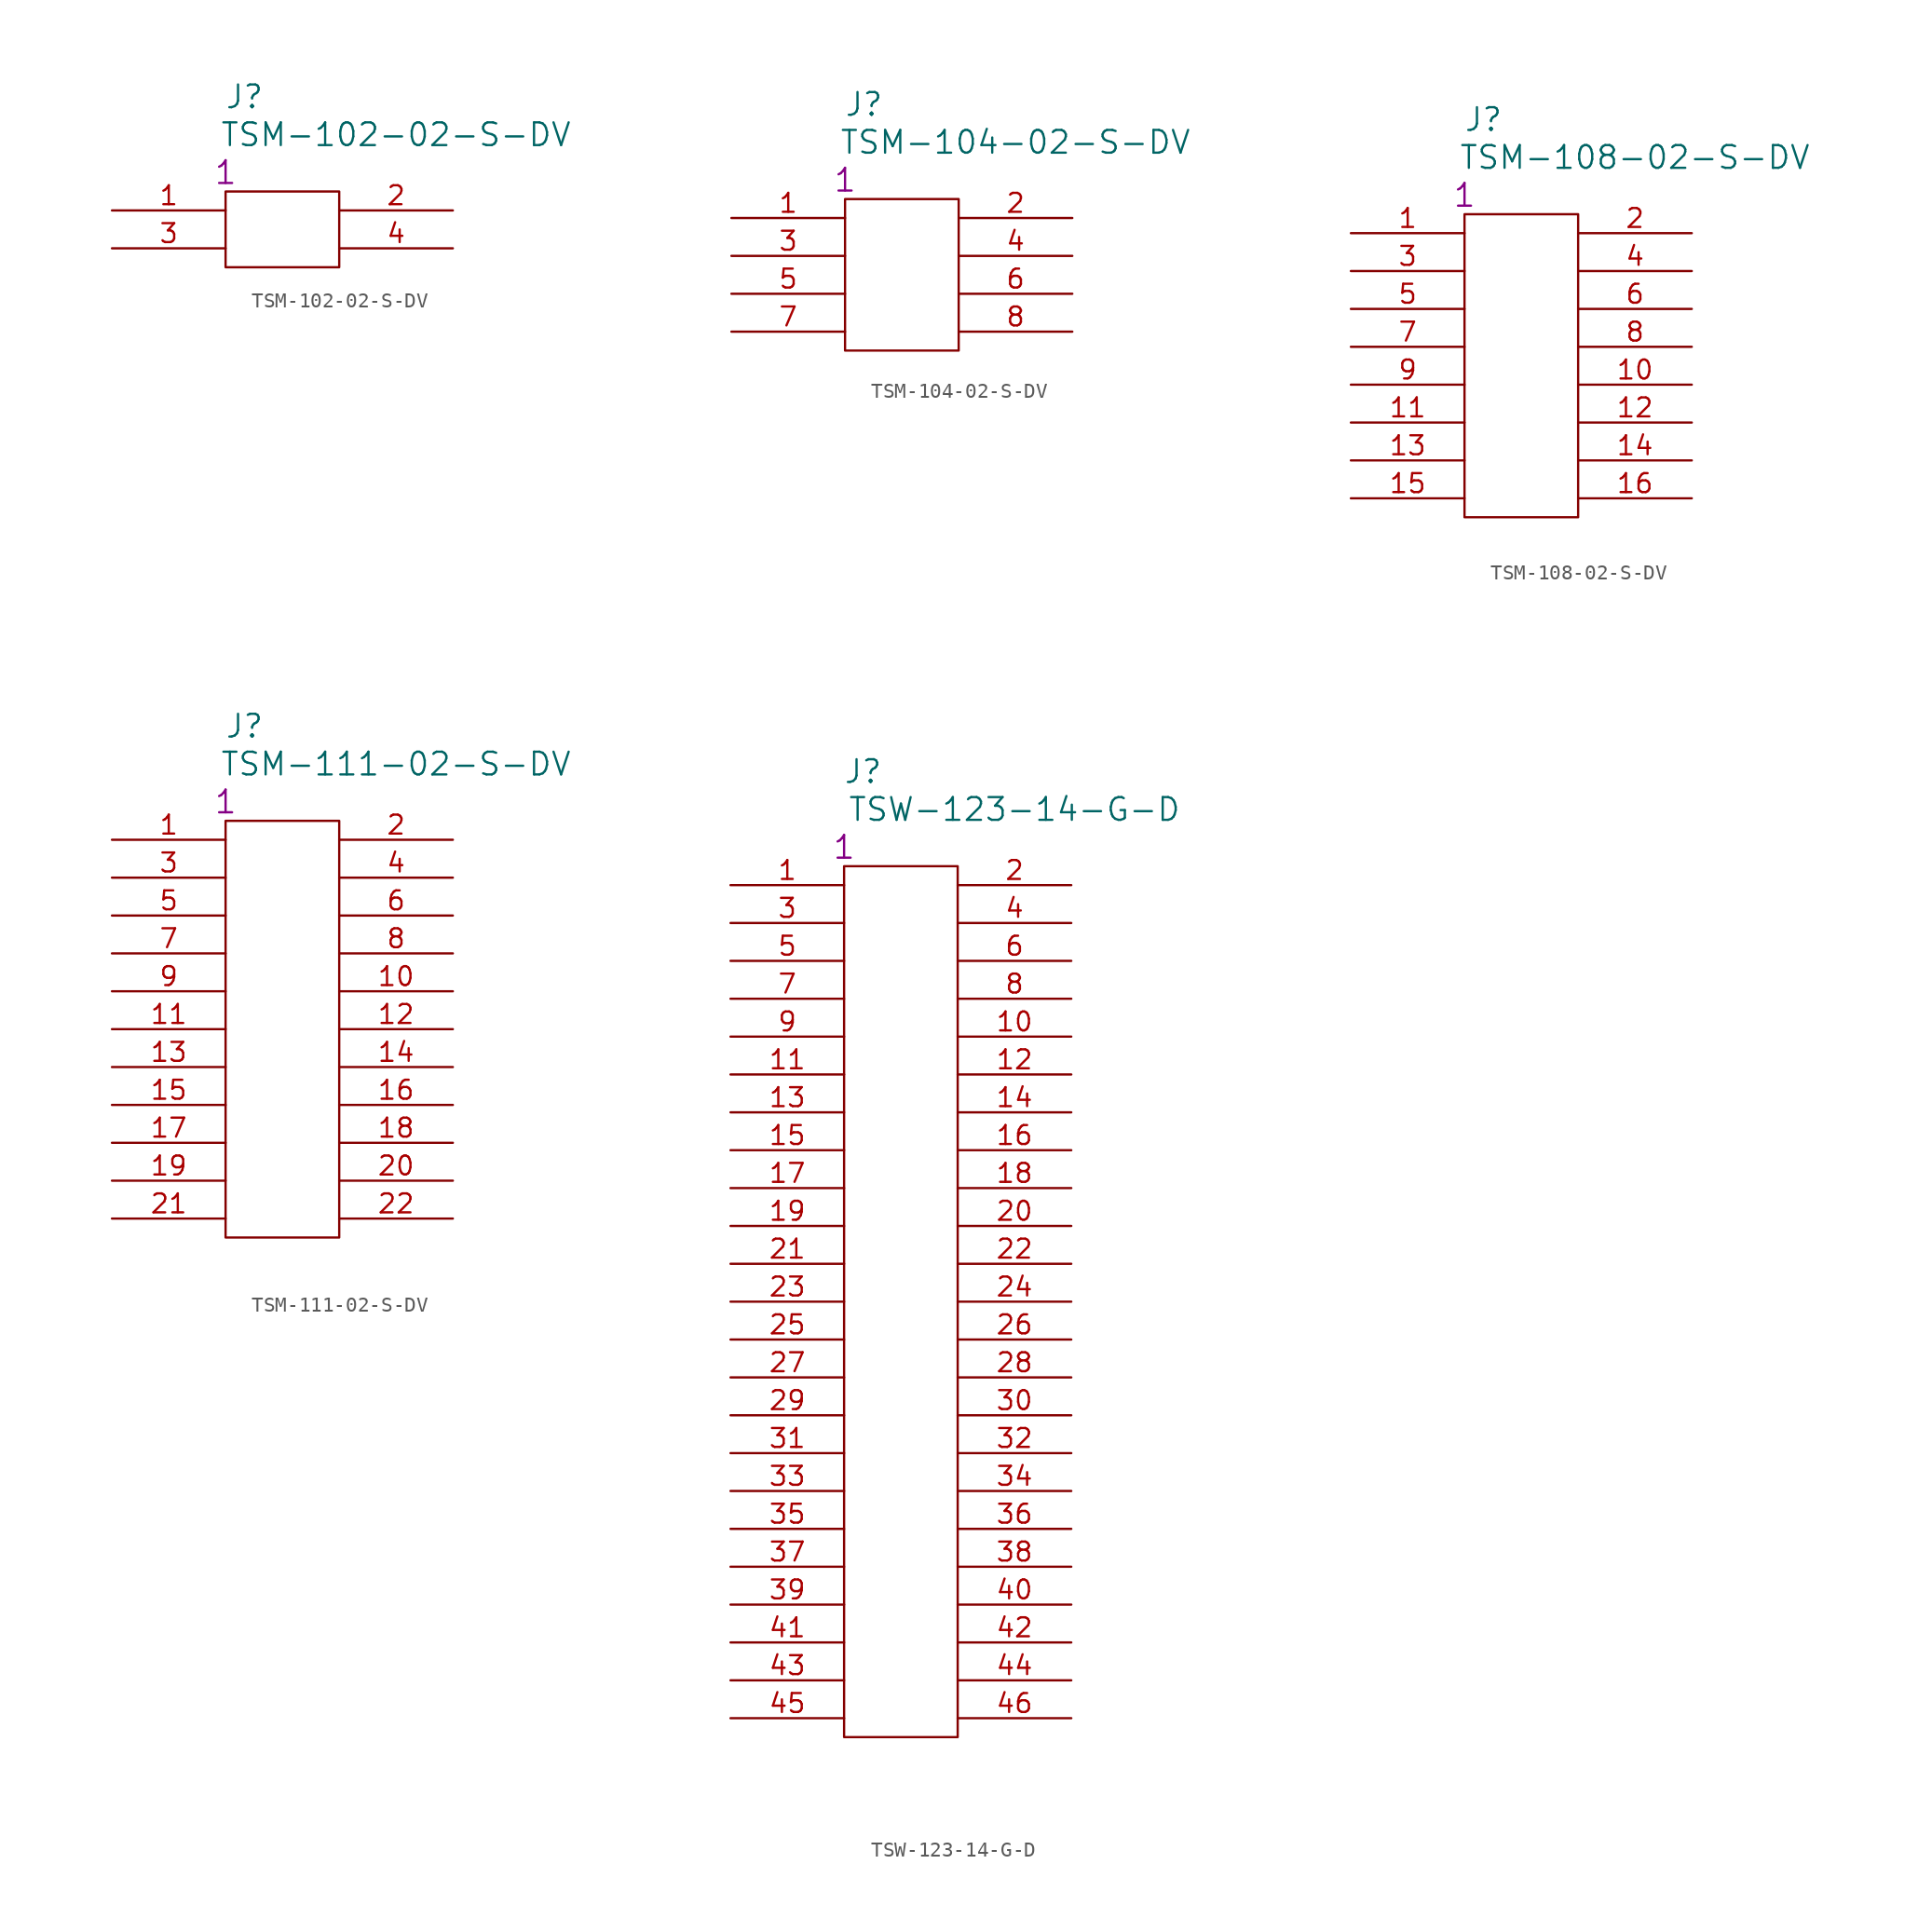
<source format=kicad_sym>
(kicad_symbol_lib
  (version 20201005)
  (generator kicad_symbol_editor)
  (symbol "TSM-102-02-S-DV"
    (pin_names
      (offset 1.016) hide)
    (property "Reference" "J"
      (at 8.89 7.62 0)
      (effects (font (size 1.524 1.524))))
    (property "Value" "TSM-102-02-S-DV"
      (at 19.05 5.08 0)
      (effects (font (size 1.524 1.524))))
    (property "Datasheet" ""
      (at 0 0 0)
      (effects (font (size 1.524 1.524))))
    (property "Qty" "1"
      (at 7.62 2.54 0)
      (effects (font (size 1.524 1.524))))
    (symbol "TSM-102-02-S-DV_0_1"
      (rectangle (start 7.62 1.27) (end 15.24 -3.81) (stroke (width 0)) (fill (type none))))
    (symbol "TSM-102-02-S-DV_1_1"
      (pin passive line (at 0 0 0) (length 7.62) (name "1" (effects (font (size 1.27 1.27)))) (number "1" (effects (font (size 1.27 1.27)))))
      (pin passive line (at 22.86 0 180) (length 7.62) (name "2" (effects (font (size 1.27 1.27)))) (number "2" (effects (font (size 1.27 1.27)))))
      (pin passive line (at 0 -2.54 0) (length 7.62) (name "3" (effects (font (size 1.27 1.27)))) (number "3" (effects (font (size 1.27 1.27)))))
      (pin passive line (at 22.86 -2.54 180) (length 7.62) (name "4" (effects (font (size 1.27 1.27)))) (number "4" (effects (font (size 1.27 1.27)))))))
  (symbol "TSM-104-02-S-DV"
    (pin_names
      (offset 1.016) hide)
    (property "Reference" "J"
      (at 8.89 7.62 0)
      (effects (font (size 1.524 1.524))))
    (property "Value" "TSM-104-02-S-DV"
      (at 19.05 5.08 0)
      (effects (font (size 1.524 1.524))))
    (property "Datasheet" ""
      (at 0 0 0)
      (effects (font (size 1.524 1.524))))
    (property "Qty" "1"
      (at 7.62 2.54 0)
      (effects (font (size 1.524 1.524))))
    (symbol "TSM-104-02-S-DV_0_1"
      (rectangle (start 7.62 1.27) (end 15.24 -8.89) (stroke (width 0)) (fill (type none))))
    (symbol "TSM-104-02-S-DV_1_1"
      (pin passive line (at 0 0 0) (length 7.62) (name "1" (effects (font (size 1.27 1.27)))) (number "1" (effects (font (size 1.27 1.27)))))
      (pin passive line (at 22.86 0 180) (length 7.62) (name "2" (effects (font (size 1.27 1.27)))) (number "2" (effects (font (size 1.27 1.27)))))
      (pin passive line (at 0 -2.54 0) (length 7.62) (name "3" (effects (font (size 1.27 1.27)))) (number "3" (effects (font (size 1.27 1.27)))))
      (pin passive line (at 22.86 -2.54 180) (length 7.62) (name "4" (effects (font (size 1.27 1.27)))) (number "4" (effects (font (size 1.27 1.27)))))
      (pin passive line (at 0 -5.08 0) (length 7.62) (name "5" (effects (font (size 1.27 1.27)))) (number "5" (effects (font (size 1.27 1.27)))))
      (pin passive line (at 22.86 -5.08 180) (length 7.62) (name "6" (effects (font (size 1.27 1.27)))) (number "6" (effects (font (size 1.27 1.27)))))
      (pin passive line (at 0 -7.62 0) (length 7.62) (name "7" (effects (font (size 1.27 1.27)))) (number "7" (effects (font (size 1.27 1.27)))))
      (pin passive line (at 22.86 -7.62 180) (length 7.62) (name "8" (effects (font (size 1.27 1.27)))) (number "8" (effects (font (size 1.27 1.27)))))))
  (symbol "TSM-108-02-S-DV"
    (pin_names
      (offset 1.016) hide)
    (property "Reference" "J"
      (at 8.89 7.62 0)
      (effects (font (size 1.524 1.524))))
    (property "Value" "TSM-108-02-S-DV"
      (at 19.05 5.08 0)
      (effects (font (size 1.524 1.524))))
    (property "Datasheet" ""
      (at 0 0 0)
      (effects (font (size 1.524 1.524))))
    (property "Qty" "1"
      (at 7.62 2.54 0)
      (effects (font (size 1.524 1.524))))
    (symbol "TSM-108-02-S-DV_0_1"
      (rectangle (start 7.62 1.27) (end 15.24 -19.05) (stroke (width 0)) (fill (type none))))
    (symbol "TSM-108-02-S-DV_1_1"
      (pin passive line (at 0 0 0) (length 7.62) (name "1" (effects (font (size 1.27 1.27)))) (number "1" (effects (font (size 1.27 1.27)))))
      (pin passive line (at 22.86 0 180) (length 7.62) (name "2" (effects (font (size 1.27 1.27)))) (number "2" (effects (font (size 1.27 1.27)))))
      (pin passive line (at 0 -2.54 0) (length 7.62) (name "3" (effects (font (size 1.27 1.27)))) (number "3" (effects (font (size 1.27 1.27)))))
      (pin passive line (at 22.86 -2.54 180) (length 7.62) (name "4" (effects (font (size 1.27 1.27)))) (number "4" (effects (font (size 1.27 1.27)))))
      (pin passive line (at 0 -5.08 0) (length 7.62) (name "5" (effects (font (size 1.27 1.27)))) (number "5" (effects (font (size 1.27 1.27)))))
      (pin passive line (at 22.86 -5.08 180) (length 7.62) (name "6" (effects (font (size 1.27 1.27)))) (number "6" (effects (font (size 1.27 1.27)))))
      (pin passive line (at 0 -7.62 0) (length 7.62) (name "7" (effects (font (size 1.27 1.27)))) (number "7" (effects (font (size 1.27 1.27)))))
      (pin passive line (at 22.86 -7.62 180) (length 7.62) (name "8" (effects (font (size 1.27 1.27)))) (number "8" (effects (font (size 1.27 1.27)))))
      (pin passive line (at 0 -10.16 0) (length 7.62) (name "9" (effects (font (size 1.27 1.27)))) (number "9" (effects (font (size 1.27 1.27)))))
      (pin passive line (at 22.86 -10.16 180) (length 7.62) (name "10" (effects (font (size 1.27 1.27)))) (number "10" (effects (font (size 1.27 1.27)))))
      (pin passive line (at 0 -12.7 0) (length 7.62) (name "11" (effects (font (size 1.27 1.27)))) (number "11" (effects (font (size 1.27 1.27)))))
      (pin passive line (at 22.86 -12.7 180) (length 7.62) (name "12" (effects (font (size 1.27 1.27)))) (number "12" (effects (font (size 1.27 1.27)))))
      (pin passive line (at 0 -15.24 0) (length 7.62) (name "13" (effects (font (size 1.27 1.27)))) (number "13" (effects (font (size 1.27 1.27)))))
      (pin passive line (at 22.86 -15.24 180) (length 7.62) (name "14" (effects (font (size 1.27 1.27)))) (number "14" (effects (font (size 1.27 1.27)))))
      (pin passive line (at 0 -17.78 0) (length 7.62) (name "15" (effects (font (size 1.27 1.27)))) (number "15" (effects (font (size 1.27 1.27)))))
      (pin passive line (at 22.86 -17.78 180) (length 7.62) (name "16" (effects (font (size 1.27 1.27)))) (number "16" (effects (font (size 1.27 1.27)))))))
  (symbol "TSM-111-02-S-DV"
    (pin_names
      (offset 1.016) hide)
    (property "Reference" "J"
      (at 8.89 7.62 0)
      (effects (font (size 1.524 1.524))))
    (property "Value" "TSM-111-02-S-DV"
      (at 19.05 5.08 0)
      (effects (font (size 1.524 1.524))))
    (property "Datasheet" ""
      (at 0 0 0)
      (effects (font (size 1.524 1.524))))
    (property "Qty" "1"
      (at 7.62 2.54 0)
      (effects (font (size 1.524 1.524))))
    (symbol "TSM-111-02-S-DV_0_1"
      (rectangle (start 7.62 1.27) (end 15.24 -26.67) (stroke (width 0)) (fill (type none))))
    (symbol "TSM-111-02-S-DV_1_1"
      (pin passive line (at 0 0 0) (length 7.62) (name "1" (effects (font (size 1.27 1.27)))) (number "1" (effects (font (size 1.27 1.27)))))
      (pin passive line (at 22.86 0 180) (length 7.62) (name "2" (effects (font (size 1.27 1.27)))) (number "2" (effects (font (size 1.27 1.27)))))
      (pin passive line (at 0 -2.54 0) (length 7.62) (name "3" (effects (font (size 1.27 1.27)))) (number "3" (effects (font (size 1.27 1.27)))))
      (pin passive line (at 22.86 -2.54 180) (length 7.62) (name "4" (effects (font (size 1.27 1.27)))) (number "4" (effects (font (size 1.27 1.27)))))
      (pin passive line (at 0 -5.08 0) (length 7.62) (name "5" (effects (font (size 1.27 1.27)))) (number "5" (effects (font (size 1.27 1.27)))))
      (pin passive line (at 22.86 -5.08 180) (length 7.62) (name "6" (effects (font (size 1.27 1.27)))) (number "6" (effects (font (size 1.27 1.27)))))
      (pin passive line (at 0 -7.62 0) (length 7.62) (name "7" (effects (font (size 1.27 1.27)))) (number "7" (effects (font (size 1.27 1.27)))))
      (pin passive line (at 22.86 -7.62 180) (length 7.62) (name "8" (effects (font (size 1.27 1.27)))) (number "8" (effects (font (size 1.27 1.27)))))
      (pin passive line (at 0 -10.16 0) (length 7.62) (name "9" (effects (font (size 1.27 1.27)))) (number "9" (effects (font (size 1.27 1.27)))))
      (pin passive line (at 22.86 -10.16 180) (length 7.62) (name "10" (effects (font (size 1.27 1.27)))) (number "10" (effects (font (size 1.27 1.27)))))
      (pin passive line (at 22.86 -22.86 180) (length 7.62) (name "20" (effects (font (size 1.27 1.27)))) (number "20" (effects (font (size 1.27 1.27)))))
      (pin passive line (at 0 -12.7 0) (length 7.62) (name "11" (effects (font (size 1.27 1.27)))) (number "11" (effects (font (size 1.27 1.27)))))
      (pin passive line (at 0 -25.4 0) (length 7.62) (name "21" (effects (font (size 1.27 1.27)))) (number "21" (effects (font (size 1.27 1.27)))))
      (pin passive line (at 22.86 -12.7 180) (length 7.62) (name "12" (effects (font (size 1.27 1.27)))) (number "12" (effects (font (size 1.27 1.27)))))
      (pin passive line (at 22.86 -25.4 180) (length 7.62) (name "22" (effects (font (size 1.27 1.27)))) (number "22" (effects (font (size 1.27 1.27)))))
      (pin passive line (at 0 -15.24 0) (length 7.62) (name "13" (effects (font (size 1.27 1.27)))) (number "13" (effects (font (size 1.27 1.27)))))
      (pin passive line (at 22.86 -15.24 180) (length 7.62) (name "14" (effects (font (size 1.27 1.27)))) (number "14" (effects (font (size 1.27 1.27)))))
      (pin passive line (at 0 -17.78 0) (length 7.62) (name "15" (effects (font (size 1.27 1.27)))) (number "15" (effects (font (size 1.27 1.27)))))
      (pin passive line (at 22.86 -17.78 180) (length 7.62) (name "16" (effects (font (size 1.27 1.27)))) (number "16" (effects (font (size 1.27 1.27)))))
      (pin passive line (at 0 -20.32 0) (length 7.62) (name "17" (effects (font (size 1.27 1.27)))) (number "17" (effects (font (size 1.27 1.27)))))
      (pin passive line (at 22.86 -20.32 180) (length 7.62) (name "18" (effects (font (size 1.27 1.27)))) (number "18" (effects (font (size 1.27 1.27)))))
      (pin passive line (at 0 -22.86 0) (length 7.62) (name "19" (effects (font (size 1.27 1.27)))) (number "19" (effects (font (size 1.27 1.27)))))))
  (symbol "TSW-123-14-G-D"
    (pin_names
      (offset 1.016) hide)
    (property "Reference" "J"
      (at 8.89 7.62 0)
      (effects (font (size 1.524 1.524))))
    (property "Value" "TSW-123-14-G-D"
      (at 19.05 5.08 0)
      (effects (font (size 1.524 1.524))))
    (property "Datasheet" ""
      (at 0 0 0)
      (effects (font (size 1.524 1.524))))
    (property "Qty" "1"
      (at 7.62 2.54 0)
      (effects (font (size 1.524 1.524))))
    (symbol "TSW-123-14-G-D_0_1"
      (rectangle (start 7.62 1.27) (end 15.24 -57.15) (stroke (width 0)) (fill (type none))))
    (symbol "TSW-123-14-G-D_1_1"
      (pin passive line (at 0 0 0) (length 7.62) (name "1" (effects (font (size 1.27 1.27)))) (number "1" (effects (font (size 1.27 1.27)))))
      (pin passive line (at 22.86 0 180) (length 7.62) (name "2" (effects (font (size 1.27 1.27)))) (number "2" (effects (font (size 1.27 1.27)))))
      (pin passive line (at 0 -2.54 0) (length 7.62) (name "3" (effects (font (size 1.27 1.27)))) (number "3" (effects (font (size 1.27 1.27)))))
      (pin passive line (at 22.86 -2.54 180) (length 7.62) (name "4" (effects (font (size 1.27 1.27)))) (number "4" (effects (font (size 1.27 1.27)))))
      (pin passive line (at 0 -5.08 0) (length 7.62) (name "5" (effects (font (size 1.27 1.27)))) (number "5" (effects (font (size 1.27 1.27)))))
      (pin passive line (at 22.86 -5.08 180) (length 7.62) (name "6" (effects (font (size 1.27 1.27)))) (number "6" (effects (font (size 1.27 1.27)))))
      (pin passive line (at 0 -7.62 0) (length 7.62) (name "7" (effects (font (size 1.27 1.27)))) (number "7" (effects (font (size 1.27 1.27)))))
      (pin passive line (at 22.86 -7.62 180) (length 7.62) (name "8" (effects (font (size 1.27 1.27)))) (number "8" (effects (font (size 1.27 1.27)))))
      (pin passive line (at 0 -10.16 0) (length 7.62) (name "9" (effects (font (size 1.27 1.27)))) (number "9" (effects (font (size 1.27 1.27)))))
      (pin passive line (at 22.86 -10.16 180) (length 7.62) (name "10" (effects (font (size 1.27 1.27)))) (number "10" (effects (font (size 1.27 1.27)))))
      (pin passive line (at 22.86 -22.86 180) (length 7.62) (name "20" (effects (font (size 1.27 1.27)))) (number "20" (effects (font (size 1.27 1.27)))))
      (pin passive line (at 22.86 -35.56 180) (length 7.62) (name "30" (effects (font (size 1.27 1.27)))) (number "30" (effects (font (size 1.27 1.27)))))
      (pin passive line (at 22.86 -48.26 180) (length 7.62) (name "40" (effects (font (size 1.27 1.27)))) (number "40" (effects (font (size 1.27 1.27)))))
      (pin passive line (at 0 -12.7 0) (length 7.62) (name "11" (effects (font (size 1.27 1.27)))) (number "11" (effects (font (size 1.27 1.27)))))
      (pin passive line (at 0 -25.4 0) (length 7.62) (name "21" (effects (font (size 1.27 1.27)))) (number "21" (effects (font (size 1.27 1.27)))))
      (pin passive line (at 0 -38.1 0) (length 7.62) (name "31" (effects (font (size 1.27 1.27)))) (number "31" (effects (font (size 1.27 1.27)))))
      (pin passive line (at 0 -50.8 0) (length 7.62) (name "41" (effects (font (size 1.27 1.27)))) (number "41" (effects (font (size 1.27 1.27)))))
      (pin passive line (at 22.86 -12.7 180) (length 7.62) (name "12" (effects (font (size 1.27 1.27)))) (number "12" (effects (font (size 1.27 1.27)))))
      (pin passive line (at 22.86 -25.4 180) (length 7.62) (name "22" (effects (font (size 1.27 1.27)))) (number "22" (effects (font (size 1.27 1.27)))))
      (pin passive line (at 22.86 -38.1 180) (length 7.62) (name "32" (effects (font (size 1.27 1.27)))) (number "32" (effects (font (size 1.27 1.27)))))
      (pin passive line (at 22.86 -50.8 180) (length 7.62) (name "42" (effects (font (size 1.27 1.27)))) (number "42" (effects (font (size 1.27 1.27)))))
      (pin passive line (at 0 -15.24 0) (length 7.62) (name "13" (effects (font (size 1.27 1.27)))) (number "13" (effects (font (size 1.27 1.27)))))
      (pin passive line (at 0 -27.94 0) (length 7.62) (name "23" (effects (font (size 1.27 1.27)))) (number "23" (effects (font (size 1.27 1.27)))))
      (pin passive line (at 0 -40.64 0) (length 7.62) (name "33" (effects (font (size 1.27 1.27)))) (number "33" (effects (font (size 1.27 1.27)))))
      (pin passive line (at 0 -53.34 0) (length 7.62) (name "43" (effects (font (size 1.27 1.27)))) (number "43" (effects (font (size 1.27 1.27)))))
      (pin passive line (at 22.86 -15.24 180) (length 7.62) (name "14" (effects (font (size 1.27 1.27)))) (number "14" (effects (font (size 1.27 1.27)))))
      (pin passive line (at 22.86 -27.94 180) (length 7.62) (name "24" (effects (font (size 1.27 1.27)))) (number "24" (effects (font (size 1.27 1.27)))))
      (pin passive line (at 22.86 -40.64 180) (length 7.62) (name "34" (effects (font (size 1.27 1.27)))) (number "34" (effects (font (size 1.27 1.27)))))
      (pin passive line (at 22.86 -53.34 180) (length 7.62) (name "44" (effects (font (size 1.27 1.27)))) (number "44" (effects (font (size 1.27 1.27)))))
      (pin passive line (at 0 -17.78 0) (length 7.62) (name "15" (effects (font (size 1.27 1.27)))) (number "15" (effects (font (size 1.27 1.27)))))
      (pin passive line (at 0 -30.48 0) (length 7.62) (name "25" (effects (font (size 1.27 1.27)))) (number "25" (effects (font (size 1.27 1.27)))))
      (pin passive line (at 0 -43.18 0) (length 7.62) (name "35" (effects (font (size 1.27 1.27)))) (number "35" (effects (font (size 1.27 1.27)))))
      (pin passive line (at 0 -55.88 0) (length 7.62) (name "45" (effects (font (size 1.27 1.27)))) (number "45" (effects (font (size 1.27 1.27)))))
      (pin passive line (at 22.86 -17.78 180) (length 7.62) (name "16" (effects (font (size 1.27 1.27)))) (number "16" (effects (font (size 1.27 1.27)))))
      (pin passive line (at 22.86 -30.48 180) (length 7.62) (name "26" (effects (font (size 1.27 1.27)))) (number "26" (effects (font (size 1.27 1.27)))))
      (pin passive line (at 22.86 -43.18 180) (length 7.62) (name "36" (effects (font (size 1.27 1.27)))) (number "36" (effects (font (size 1.27 1.27)))))
      (pin passive line (at 22.86 -55.88 180) (length 7.62) (name "46" (effects (font (size 1.27 1.27)))) (number "46" (effects (font (size 1.27 1.27)))))
      (pin passive line (at 0 -20.32 0) (length 7.62) (name "17" (effects (font (size 1.27 1.27)))) (number "17" (effects (font (size 1.27 1.27)))))
      (pin passive line (at 0 -33.02 0) (length 7.62) (name "27" (effects (font (size 1.27 1.27)))) (number "27" (effects (font (size 1.27 1.27)))))
      (pin passive line (at 0 -45.72 0) (length 7.62) (name "37" (effects (font (size 1.27 1.27)))) (number "37" (effects (font (size 1.27 1.27)))))
      (pin passive line (at 22.86 -20.32 180) (length 7.62) (name "18" (effects (font (size 1.27 1.27)))) (number "18" (effects (font (size 1.27 1.27)))))
      (pin passive line (at 22.86 -33.02 180) (length 7.62) (name "28" (effects (font (size 1.27 1.27)))) (number "28" (effects (font (size 1.27 1.27)))))
      (pin passive line (at 22.86 -45.72 180) (length 7.62) (name "38" (effects (font (size 1.27 1.27)))) (number "38" (effects (font (size 1.27 1.27)))))
      (pin passive line (at 0 -22.86 0) (length 7.62) (name "19" (effects (font (size 1.27 1.27)))) (number "19" (effects (font (size 1.27 1.27)))))
      (pin passive line (at 0 -35.56 0) (length 7.62) (name "29" (effects (font (size 1.27 1.27)))) (number "29" (effects (font (size 1.27 1.27)))))
      (pin passive line (at 0 -48.26 0) (length 7.62) (name "39" (effects (font (size 1.27 1.27)))) (number "39" (effects (font (size 1.27 1.27))))))))
</source>
